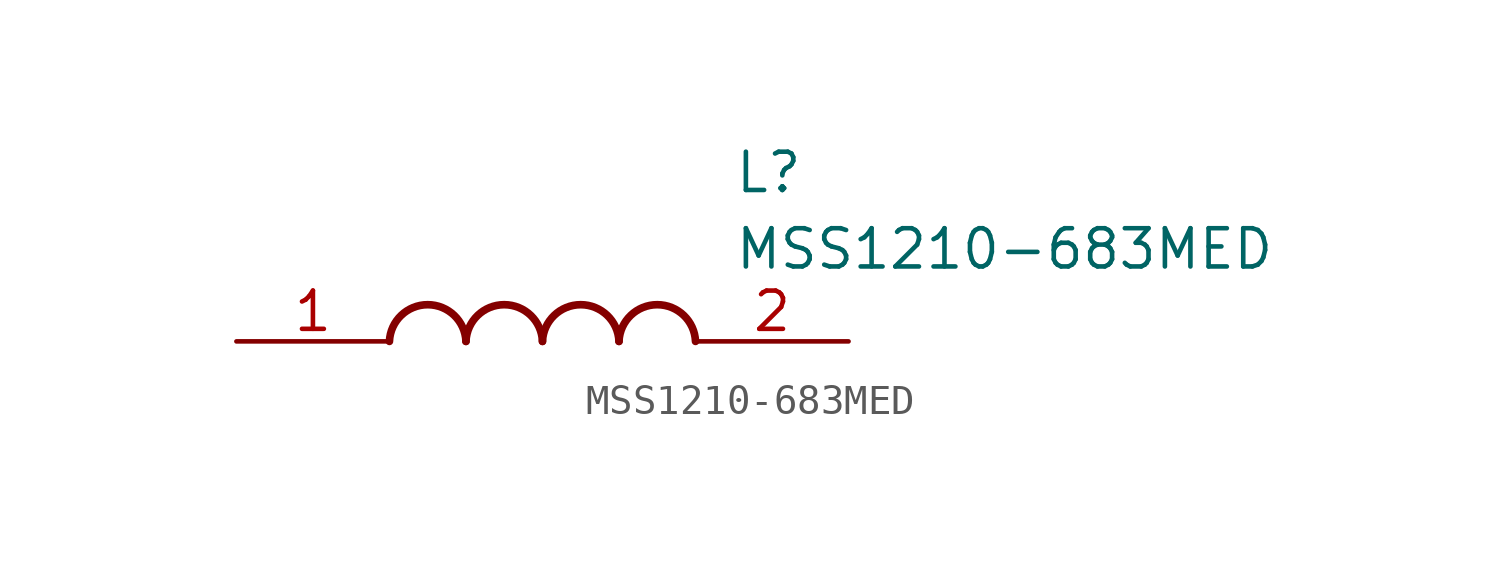
<source format=kicad_sym>
(kicad_symbol_lib
  (version 20211014)
  (generator SamacSys_ECAD_Model)
  (symbol "MSS1210-683MED"
    (pin_names hide)
    (property "Reference" "L"
      (at 16.51 6.35 0)
      (effects (font (size 1.27 1.27)) (justify left top)))
    (property "Value" "MSS1210-683MED"
      (at 16.51 3.81 0)
      (effects (font (size 1.27 1.27)) (justify left top)))
    (arc
      (start 7.62 0)
      (mid 6.35 1.219)
      (end 5.08 0)
      (stroke (width 0.254) (type default))
      (fill (type none)))
    (arc
      (start 10.16 0)
      (mid 8.89 1.219)
      (end 7.62 0)
      (stroke (width 0.254) (type default))
      (fill (type none)))
    (arc
      (start 12.7 0)
      (mid 11.43 1.219)
      (end 10.16 0)
      (stroke (width 0.254) (type default))
      (fill (type none)))
    (arc
      (start 15.24 0)
      (mid 13.97 1.219)
      (end 12.7 0)
      (stroke (width 0.254) (type default))
      (fill (type none)))
    (pin passive line
      (at 0 0 0)
      (length 5.08)
      (name "1" (effects (font (size 1.27 1.27))))
      (number "1" (effects (font (size 1.27 1.27)))))
    (pin passive line
      (at 20.32 0 180)
      (length 5.08)
      (name "2" (effects (font (size 1.27 1.27))))
      (number "2" (effects (font (size 1.27 1.27)))))))
</source>
